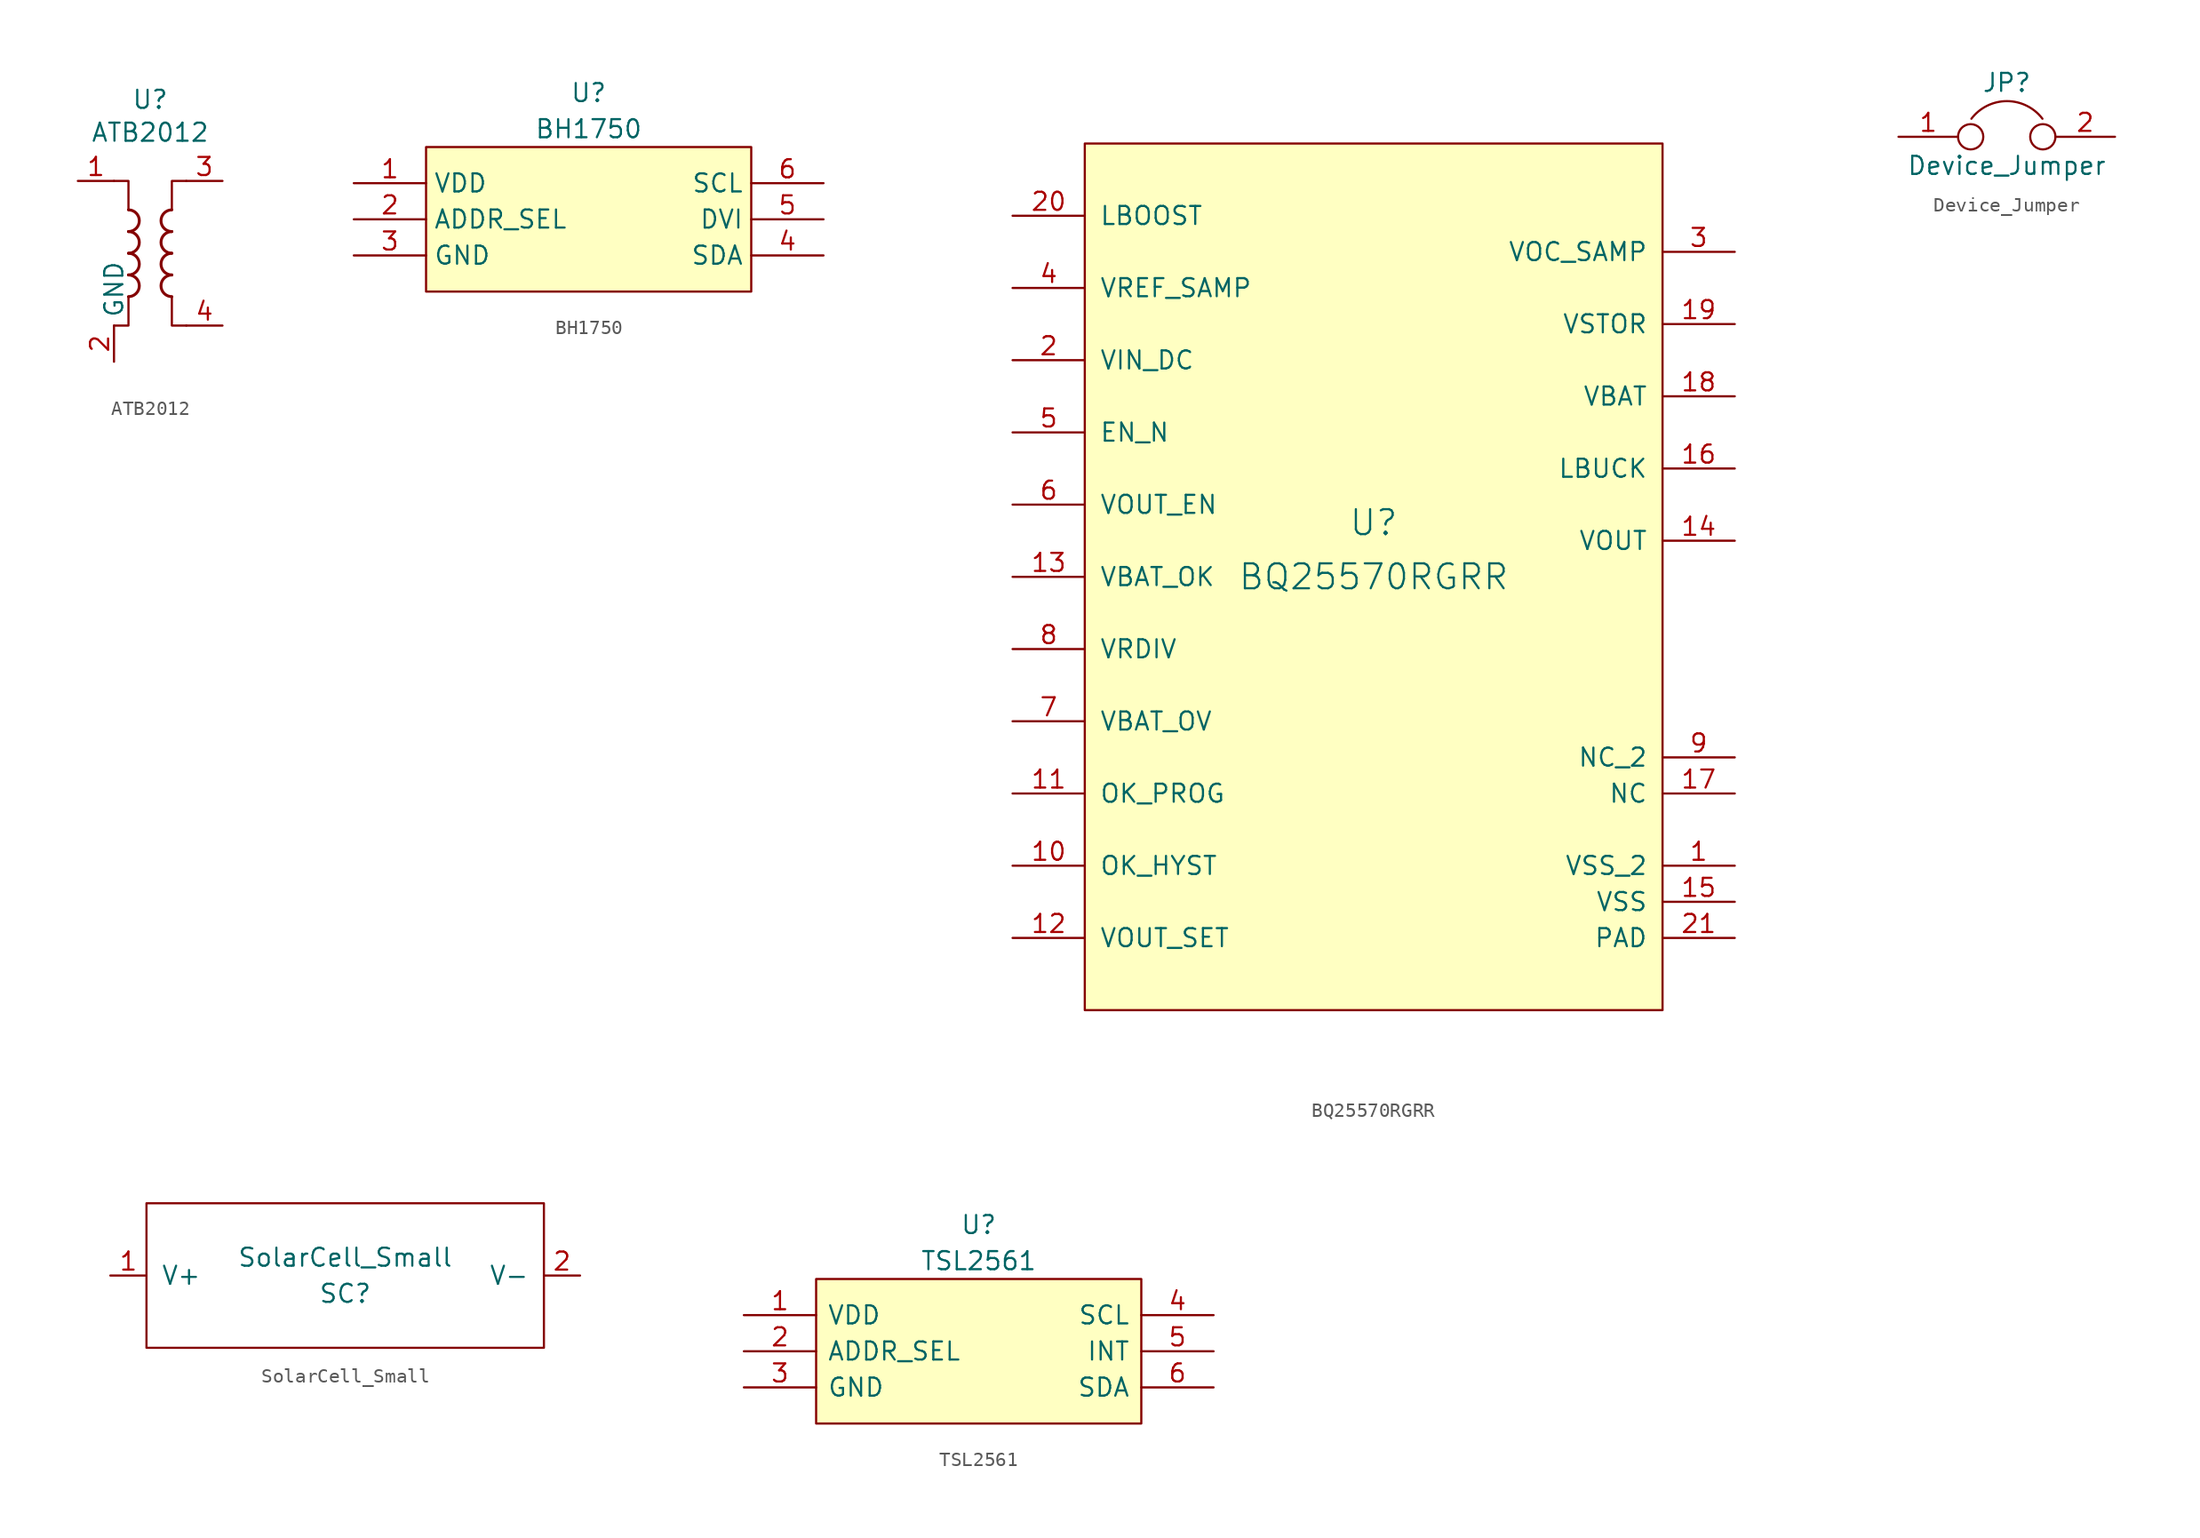
<source format=kicad_sym>
(kicad_symbol_lib
  (version 20220914)
  (generator kicad_symbol_editor)
  (symbol "ATB2012"
    (property "Reference" "U"
      (at 0 10.795 0)
      (effects (font (size 1.27 1.27))))
    (property "Value" "ATB2012"
      (at 0 8.484 0)
      (effects (font (size 1.27 1.27))))
    (symbol "ATB2012_1_1"
      (arc (start -1.524 -3.048) (mid -0.7653 -2.286) (end -1.524 -1.524) (stroke (width 0.2032) (type default)) (fill (type none)))
      (arc (start -1.524 -1.524) (mid -0.7653 -0.762) (end -1.524 0) (stroke (width 0.2032) (type default)) (fill (type none)))
      (arc (start -1.524 0) (mid -0.7653 0.762) (end -1.524 1.524) (stroke (width 0.2032) (type default)) (fill (type none)))
      (arc (start -1.524 1.524) (mid -0.7653 2.286) (end -1.524 3.048) (stroke (width 0.2032) (type default)) (fill (type none)))
      (polyline (pts (xy -2.54 5.08) (xy -1.524 5.08) (xy -1.524 3.048)) (stroke (width 0.152) (type default)) (fill (type none)))
      (polyline (pts (xy -1.524 -3.048) (xy -1.524 -5.08) (xy -2.54 -5.08)) (stroke (width 0.152) (type default)) (fill (type none)))
      (polyline (pts (xy 1.524 3.048) (xy 1.524 5.08) (xy 2.54 5.08)) (stroke (width 0.152) (type default)) (fill (type none)))
      (polyline (pts (xy 2.54 -5.08) (xy 1.524 -5.08) (xy 1.524 -3.048)) (stroke (width 0.152) (type default)) (fill (type none)))
      (arc (start 1.524 -1.524) (mid 0.7653 -2.286) (end 1.524 -3.048) (stroke (width 0.2032) (type default)) (fill (type none)))
      (arc (start 1.524 0) (mid 0.7653 -0.762) (end 1.524 -1.524) (stroke (width 0.2032) (type default)) (fill (type none)))
      (arc (start 1.524 1.524) (mid 0.7653 0.762) (end 1.524 0) (stroke (width 0.2032) (type default)) (fill (type none)))
      (arc (start 1.524 3.048) (mid 0.7653 2.286) (end 1.524 1.524) (stroke (width 0.2032) (type default)) (fill (type none)))
      (pin passive line (at -5.08 5.08 0) (length 2.54) (name "~" (effects (font (size 1.27 1.27)))) (number "1" (effects (font (size 1.27 1.27)))))
      (pin power_in line (at -2.54 -7.62 90) (length 2.54) (name "GND" (effects (font (size 1.27 1.27)))) (number "2" (effects (font (size 1.27 1.27)))))
      (pin passive line (at 5.08 5.08 180) (length 2.54) (name "~" (effects (font (size 1.27 1.27)))) (number "3" (effects (font (size 1.27 1.27)))))
      (pin passive line (at 5.08 -5.08 180) (length 2.54) (name "~" (effects (font (size 1.27 1.27)))) (number "4" (effects (font (size 1.27 1.27)))))))
  (symbol "BH1750"
    (property "Reference" "U"
      (at 0 8.89 0)
      (effects (font (size 1.27 1.27))))
    (property "Value" "BH1750"
      (at 0 6.35 0)
      (effects (font (size 1.27 1.27))))
    (symbol "BH1750_0_0"
      (pin unspecified line (at -16.51 2.54 0) (length 5.08) (name "VDD" (effects (font (size 1.27 1.27)))) (number "1" (effects (font (size 1.27 1.27)))))
      (pin unspecified line (at -16.51 0 0) (length 5.08) (name "ADDR_SEL" (effects (font (size 1.27 1.27)))) (number "2" (effects (font (size 1.27 1.27)))))
      (pin unspecified line (at -16.51 -2.54 0) (length 5.08) (name "GND" (effects (font (size 1.27 1.27)))) (number "3" (effects (font (size 1.27 1.27)))))
      (pin unspecified line (at 16.51 -2.54 180) (length 5.08) (name "SDA" (effects (font (size 1.27 1.27)))) (number "4" (effects (font (size 1.27 1.27)))))
      (pin unspecified line (at 16.51 0 180) (length 5.08) (name "DVI" (effects (font (size 1.27 1.27)))) (number "5" (effects (font (size 1.27 1.27)))))
      (pin unspecified line (at 16.51 2.54 180) (length 5.08) (name "SCL" (effects (font (size 1.27 1.27)))) (number "6" (effects (font (size 1.27 1.27)))))
      (pin unspecified line (at -16.51 -2.54 0) (length 5.08) hide (name "GND" (effects (font (size 1.27 1.27)))) (number "7" (effects (font (size 1.27 1.27))))))
    (symbol "BH1750_0_1"
      (polyline (pts (xy -11.43 5.08) (xy 11.43 5.08) (xy 11.43 -5.08) (xy -11.43 -5.08) (xy -11.43 5.08)) (stroke (width 0.152) (type default)) (fill (type background)))))
  (symbol "BQ25570RGRR"
    (pin_names
      (offset 1.016))
    (property "Reference" "U"
      (at 0 3.81 0)
      (effects (font (size 1.753 1.753))))
    (property "Value" "BQ25570RGRR"
      (at 0 0 0)
      (effects (font (size 1.753 1.753))))
    (symbol "BQ25570RGRR_0_1"
      (rectangle (start -20.32 30.48) (end 20.32 -30.48) (stroke (width 0) (type default)) (fill (type background))))
    (symbol "BQ25570RGRR_1_0"
      (pin power_in line (at 25.4 -20.32 180) (length 5.08) (name "VSS_2" (effects (font (size 1.27 1.27)))) (number "1" (effects (font (size 1.27 1.27)))))
      (pin input line (at -25.4 -20.32 0) (length 5.08) (name "OK_HYST" (effects (font (size 1.27 1.27)))) (number "10" (effects (font (size 1.27 1.27)))))
      (pin input line (at -25.4 -15.24 0) (length 5.08) (name "OK_PROG" (effects (font (size 1.27 1.27)))) (number "11" (effects (font (size 1.27 1.27)))))
      (pin input line (at -25.4 -25.4 0) (length 5.08) (name "VOUT_SET" (effects (font (size 1.27 1.27)))) (number "12" (effects (font (size 1.27 1.27)))))
      (pin output line (at -25.4 0 0) (length 5.08) (name "VBAT_OK" (effects (font (size 1.27 1.27)))) (number "13" (effects (font (size 1.27 1.27)))))
      (pin power_in line (at 25.4 2.54 180) (length 5.08) (name "VOUT" (effects (font (size 1.27 1.27)))) (number "14" (effects (font (size 1.27 1.27)))))
      (pin power_in line (at 25.4 -22.86 180) (length 5.08) (name "VSS" (effects (font (size 1.27 1.27)))) (number "15" (effects (font (size 1.27 1.27)))))
      (pin passive line (at 25.4 7.62 180) (length 5.08) (name "LBUCK" (effects (font (size 1.27 1.27)))) (number "16" (effects (font (size 1.27 1.27)))))
      (pin passive line (at 25.4 -15.24 180) (length 5.08) (name "NC" (effects (font (size 1.27 1.27)))) (number "17" (effects (font (size 1.27 1.27)))))
      (pin bidirectional line (at 25.4 12.7 180) (length 5.08) (name "VBAT" (effects (font (size 1.27 1.27)))) (number "18" (effects (font (size 1.27 1.27)))))
      (pin power_in line (at 25.4 17.78 180) (length 5.08) (name "VSTOR" (effects (font (size 1.27 1.27)))) (number "19" (effects (font (size 1.27 1.27)))))
      (pin power_in line (at -25.4 15.24 0) (length 5.08) (name "VIN_DC" (effects (font (size 1.27 1.27)))) (number "2" (effects (font (size 1.27 1.27)))))
      (pin input line (at -25.4 25.4 0) (length 5.08) (name "LBOOST" (effects (font (size 1.27 1.27)))) (number "20" (effects (font (size 1.27 1.27)))))
      (pin power_in line (at 25.4 -25.4 180) (length 5.08) (name "PAD" (effects (font (size 1.27 1.27)))) (number "21" (effects (font (size 1.27 1.27)))))
      (pin input line (at 25.4 22.86 180) (length 5.08) (name "VOC_SAMP" (effects (font (size 1.27 1.27)))) (number "3" (effects (font (size 1.27 1.27)))))
      (pin input line (at -25.4 20.32 0) (length 5.08) (name "VREF_SAMP" (effects (font (size 1.27 1.27)))) (number "4" (effects (font (size 1.27 1.27)))))
      (pin input line (at -25.4 10.16 0) (length 5.08) (name "EN_N" (effects (font (size 1.27 1.27)))) (number "5" (effects (font (size 1.27 1.27)))))
      (pin input line (at -25.4 5.08 0) (length 5.08) (name "VOUT_EN" (effects (font (size 1.27 1.27)))) (number "6" (effects (font (size 1.27 1.27)))))
      (pin input line (at -25.4 -10.16 0) (length 5.08) (name "VBAT_OV" (effects (font (size 1.27 1.27)))) (number "7" (effects (font (size 1.27 1.27)))))
      (pin output line (at -25.4 -5.08 0) (length 5.08) (name "VRDIV" (effects (font (size 1.27 1.27)))) (number "8" (effects (font (size 1.27 1.27)))))
      (pin power_in line (at 25.4 -12.7 180) (length 5.08) (name "NC_2" (effects (font (size 1.27 1.27)))) (number "9" (effects (font (size 1.27 1.27)))))))
  (symbol "Device_Jumper"
    (pin_names
      (offset 0.762) hide)
    (property "Reference" "JP"
      (at 0 3.81 0)
      (effects (font (size 1.27 1.27))))
    (property "Value" "Device_Jumper"
      (at 0 -2.032 0)
      (effects (font (size 1.27 1.27))))
    (symbol "Device_Jumper_0_1"
      (circle (center -2.54 0) (radius 0.889) (stroke (width 0) (type default)) (fill (type none)))
      (arc (start 2.5146 1.27) (mid 0.0127 2.5097) (end -2.4892 1.27) (stroke (width 0) (type default)) (fill (type none)))
      (circle (center 2.54 0) (radius 0.889) (stroke (width 0) (type default)) (fill (type none)))
      (pin passive line (at -7.62 0 0) (length 4.191) (name "1" (effects (font (size 1.27 1.27)))) (number "1" (effects (font (size 1.27 1.27)))))
      (pin passive line (at 7.62 0 180) (length 4.191) (name "2" (effects (font (size 1.27 1.27)))) (number "2" (effects (font (size 1.27 1.27)))))))
  (symbol "SolarCell_Small"
    (pin_names
      (offset 1.016))
    (property "Reference" "SC"
      (at 0 -1.27 0)
      (effects (font (size 1.27 1.27))))
    (property "Value" "SolarCell_Small"
      (at 0 1.27 0)
      (effects (font (size 1.27 1.27))))
    (symbol "SolarCell_Small_0_1"
      (rectangle (start -13.97 -5.08) (end 13.97 5.08) (stroke (width 0) (type default)) (fill (type none))))
    (symbol "SolarCell_Small_1_1"
      (pin bidirectional line (at -16.51 0 0) (length 2.54) (name "V+" (effects (font (size 1.27 1.27)))) (number "1" (effects (font (size 1.27 1.27)))))
      (pin bidirectional line (at 16.51 0 180) (length 2.54) (name "V-" (effects (font (size 1.27 1.27)))) (number "2" (effects (font (size 1.27 1.27)))))))
  (symbol "TSL2561"
    (pin_names
      (offset 0.762))
    (property "Reference" "U"
      (at 16.51 6.35 0)
      (effects (font (size 1.27 1.27))))
    (property "Value" "TSL2561"
      (at 16.51 3.81 0)
      (effects (font (size 1.27 1.27))))
    (symbol "TSL2561_0_0"
      (pin unspecified line (at 0 0 0) (length 5.08) (name "VDD" (effects (font (size 1.27 1.27)))) (number "1" (effects (font (size 1.27 1.27)))))
      (pin unspecified line (at 0 -2.54 0) (length 5.08) (name "ADDR_SEL" (effects (font (size 1.27 1.27)))) (number "2" (effects (font (size 1.27 1.27)))))
      (pin unspecified line (at 0 -5.08 0) (length 5.08) (name "GND" (effects (font (size 1.27 1.27)))) (number "3" (effects (font (size 1.27 1.27)))))
      (pin unspecified line (at 33.02 0 180) (length 5.08) (name "SCL" (effects (font (size 1.27 1.27)))) (number "4" (effects (font (size 1.27 1.27)))))
      (pin unspecified line (at 33.02 -2.54 180) (length 5.08) (name "INT" (effects (font (size 1.27 1.27)))) (number "5" (effects (font (size 1.27 1.27)))))
      (pin unspecified line (at 33.02 -5.08 180) (length 5.08) (name "SDA" (effects (font (size 1.27 1.27)))) (number "6" (effects (font (size 1.27 1.27))))))
    (symbol "TSL2561_0_1"
      (polyline (pts (xy 5.08 2.54) (xy 27.94 2.54) (xy 27.94 -7.62) (xy 5.08 -7.62) (xy 5.08 2.54)) (stroke (width 0.152) (type default)) (fill (type background))))))
</source>
